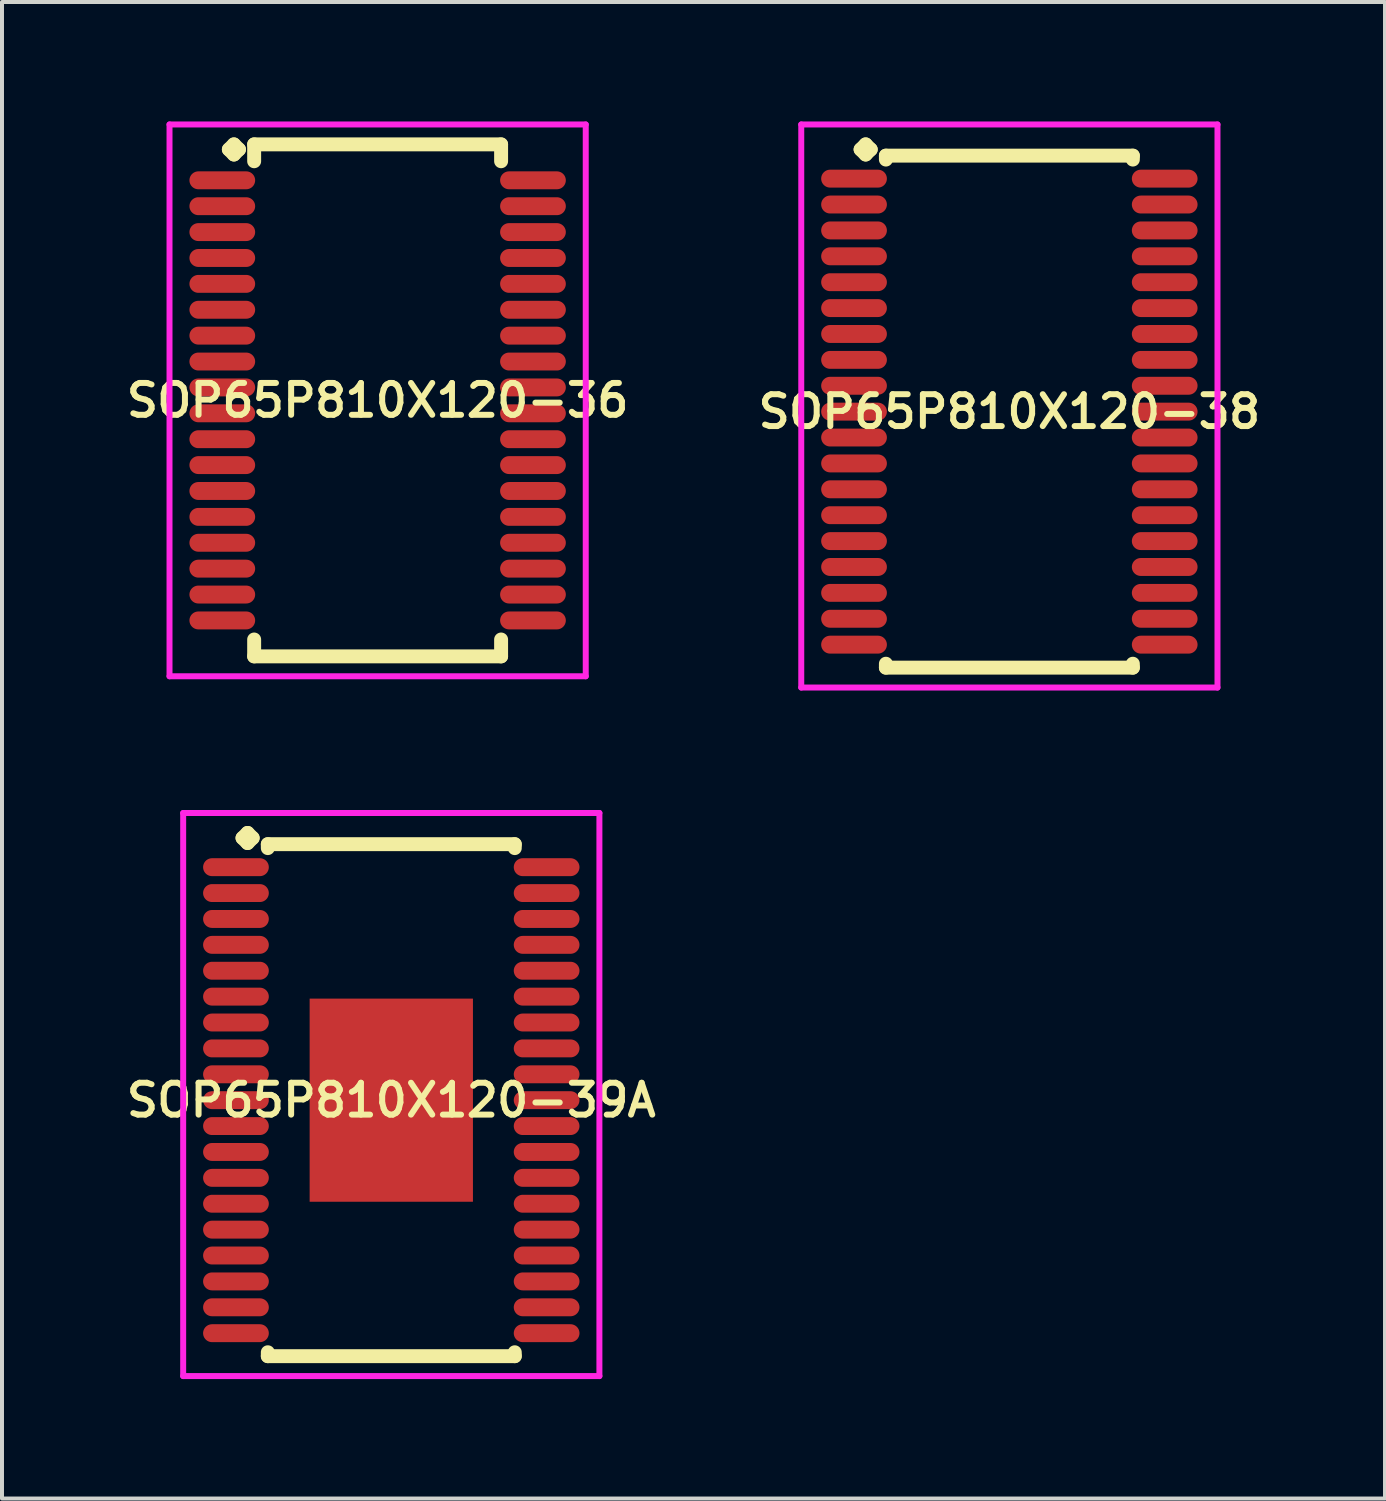
<source format=kicad_pcb>
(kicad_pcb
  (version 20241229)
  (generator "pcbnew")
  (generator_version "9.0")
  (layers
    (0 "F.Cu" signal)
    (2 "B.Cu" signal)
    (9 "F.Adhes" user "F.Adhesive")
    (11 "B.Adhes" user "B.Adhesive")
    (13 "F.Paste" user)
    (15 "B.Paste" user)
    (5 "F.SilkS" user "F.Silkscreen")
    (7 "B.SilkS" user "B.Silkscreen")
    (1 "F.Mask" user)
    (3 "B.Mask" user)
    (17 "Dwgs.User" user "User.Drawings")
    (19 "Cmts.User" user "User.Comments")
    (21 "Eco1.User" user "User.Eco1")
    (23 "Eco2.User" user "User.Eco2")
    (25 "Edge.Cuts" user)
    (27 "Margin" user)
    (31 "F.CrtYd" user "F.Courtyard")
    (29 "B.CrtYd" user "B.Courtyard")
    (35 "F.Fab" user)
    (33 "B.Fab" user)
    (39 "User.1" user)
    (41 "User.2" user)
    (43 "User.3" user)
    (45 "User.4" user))
  (footprint "SOP65P810X120-39A"
    (layer "F.Cu")
    (at 6.774 24.572)
    (property "Reference" "SOP65P810X120-39A" (at 0 0 0) (layer "F.SilkS") (effects (font (size 0.8 0.8) (thickness 0.15))))
    (attr through_hole)
    (fp_line (start -3.735 -6.583) (end -3.608 -6.71) (stroke (width 0.35) (type solid)) (layer "F.SilkS"))
    (fp_line (start -3.608 -6.71) (end -3.481 -6.583) (stroke (width 0.35) (type solid)) (layer "F.SilkS"))
    (fp_line (start -3.608 -6.456) (end -3.735 -6.583) (stroke (width 0.35) (type solid)) (layer "F.SilkS"))
    (fp_line (start -3.481 -6.583) (end -3.608 -6.456) (stroke (width 0.35) (type solid)) (layer "F.SilkS"))
    (fp_line (start -3.1 -6.427) (end 3.1 -6.427) (stroke (width 0.35) (type solid)) (layer "F.SilkS"))
    (fp_line (start -3.1 -6.329) (end -3.1 -6.427) (stroke (width 0.35) (type solid)) (layer "F.SilkS"))
    (fp_line (start -3.1 6.329) (end -3.1 6.427) (stroke (width 0.35) (type solid)) (layer "F.SilkS"))
    (fp_line (start -3.1 6.427) (end 3.1 6.427) (stroke (width 0.35) (type solid)) (layer "F.SilkS"))
    (fp_line (start 3.1 -6.427) (end 3.1 -6.329) (stroke (width 0.35) (type solid)) (layer "F.SilkS"))
    (fp_line (start 3.1 6.427) (end 3.1 6.329) (stroke (width 0.35) (type solid)) (layer "F.SilkS"))
    (fp_line (start -5.225 -7.21) (end 5.225 -7.21) (stroke (width 0.15) (type solid)) (layer "F.CrtYd"))
    (fp_line (start -5.225 6.927) (end -5.225 -7.21) (stroke (width 0.15) (type solid)) (layer "F.CrtYd"))
    (fp_line (start 5.225 -7.21) (end 5.225 6.927) (stroke (width 0.15) (type solid)) (layer "F.CrtYd"))
    (fp_line (start 5.225 6.927) (end -5.225 6.927) (stroke (width 0.15) (type solid)) (layer "F.CrtYd"))
    (pad "1" smd oval (at -3.9 -5.85) (size 1.65 0.45) (layers "F.Cu" "F.Mask" "F.Paste"))
    (pad "2" smd oval (at -3.9 -5.2) (size 1.65 0.45) (layers "F.Cu" "F.Mask" "F.Paste"))
    (pad "3" smd oval (at -3.9 -4.55) (size 1.65 0.45) (layers "F.Cu" "F.Mask" "F.Paste"))
    (pad "4" smd oval (at -3.9 -3.9) (size 1.65 0.45) (layers "F.Cu" "F.Mask" "F.Paste"))
    (pad "5" smd oval (at -3.9 -3.25) (size 1.65 0.45) (layers "F.Cu" "F.Mask" "F.Paste"))
    (pad "6" smd oval (at -3.9 -2.6) (size 1.65 0.45) (layers "F.Cu" "F.Mask" "F.Paste"))
    (pad "7" smd oval (at -3.9 -1.95) (size 1.65 0.45) (layers "F.Cu" "F.Mask" "F.Paste"))
    (pad "8" smd oval (at -3.9 -1.3) (size 1.65 0.45) (layers "F.Cu" "F.Mask" "F.Paste"))
    (pad "9" smd oval (at -3.9 -0.65) (size 1.65 0.45) (layers "F.Cu" "F.Mask" "F.Paste"))
    (pad "10" smd oval (at -3.9 0) (size 1.65 0.45) (layers "F.Cu" "F.Mask" "F.Paste"))
    (pad "11" smd oval (at -3.9 0.65) (size 1.65 0.45) (layers "F.Cu" "F.Mask" "F.Paste"))
    (pad "12" smd oval (at -3.9 1.3) (size 1.65 0.45) (layers "F.Cu" "F.Mask" "F.Paste"))
    (pad "13" smd oval (at -3.9 1.95) (size 1.65 0.45) (layers "F.Cu" "F.Mask" "F.Paste"))
    (pad "14" smd oval (at -3.9 2.6) (size 1.65 0.45) (layers "F.Cu" "F.Mask" "F.Paste"))
    (pad "15" smd oval (at -3.9 3.25) (size 1.65 0.45) (layers "F.Cu" "F.Mask" "F.Paste"))
    (pad "16" smd oval (at -3.9 3.9) (size 1.65 0.45) (layers "F.Cu" "F.Mask" "F.Paste"))
    (pad "17" smd oval (at -3.9 4.55) (size 1.65 0.45) (layers "F.Cu" "F.Mask" "F.Paste"))
    (pad "18" smd oval (at -3.9 5.2) (size 1.65 0.45) (layers "F.Cu" "F.Mask" "F.Paste"))
    (pad "19" smd oval (at -3.9 5.85) (size 1.65 0.45) (layers "F.Cu" "F.Mask" "F.Paste"))
    (pad "20" smd oval (at 3.9 5.85) (size 1.65 0.45) (layers "F.Cu" "F.Mask" "F.Paste"))
    (pad "21" smd oval (at 3.9 5.2) (size 1.65 0.45) (layers "F.Cu" "F.Mask" "F.Paste"))
    (pad "22" smd oval (at 3.9 4.55) (size 1.65 0.45) (layers "F.Cu" "F.Mask" "F.Paste"))
    (pad "23" smd oval (at 3.9 3.9) (size 1.65 0.45) (layers "F.Cu" "F.Mask" "F.Paste"))
    (pad "24" smd oval (at 3.9 3.25) (size 1.65 0.45) (layers "F.Cu" "F.Mask" "F.Paste"))
    (pad "25" smd oval (at 3.9 2.6) (size 1.65 0.45) (layers "F.Cu" "F.Mask" "F.Paste"))
    (pad "26" smd oval (at 3.9 1.95) (size 1.65 0.45) (layers "F.Cu" "F.Mask" "F.Paste"))
    (pad "27" smd oval (at 3.9 1.3) (size 1.65 0.45) (layers "F.Cu" "F.Mask" "F.Paste"))
    (pad "28" smd oval (at 3.9 0.65) (size 1.65 0.45) (layers "F.Cu" "F.Mask" "F.Paste"))
    (pad "29" smd oval (at 3.9 0) (size 1.65 0.45) (layers "F.Cu" "F.Mask" "F.Paste"))
    (pad "30" smd oval (at 3.9 -0.65) (size 1.65 0.45) (layers "F.Cu" "F.Mask" "F.Paste"))
    (pad "31" smd oval (at 3.9 -1.3) (size 1.65 0.45) (layers "F.Cu" "F.Mask" "F.Paste"))
    (pad "32" smd oval (at 3.9 -1.95) (size 1.65 0.45) (layers "F.Cu" "F.Mask" "F.Paste"))
    (pad "33" smd oval (at 3.9 -2.6) (size 1.65 0.45) (layers "F.Cu" "F.Mask" "F.Paste"))
    (pad "34" smd oval (at 3.9 -3.25) (size 1.65 0.45) (layers "F.Cu" "F.Mask" "F.Paste"))
    (pad "35" smd oval (at 3.9 -3.9) (size 1.65 0.45) (layers "F.Cu" "F.Mask" "F.Paste"))
    (pad "36" smd oval (at 3.9 -4.55) (size 1.65 0.45) (layers "F.Cu" "F.Mask" "F.Paste"))
    (pad "37" smd oval (at 3.9 -5.2) (size 1.65 0.45) (layers "F.Cu" "F.Mask" "F.Paste"))
    (pad "38" smd oval (at 3.9 -5.85) (size 1.65 0.45) (layers "F.Cu" "F.Mask" "F.Paste"))
    (pad "39" smd rect (at 0 0) (size 4.1 5.1) (layers "F.Cu" "F.Mask" "F.Paste")))
  (footprint "SOP65P810X120-38"
    (layer "F.Cu")
    (at 22.292 7.285)
    (property "Reference" "SOP65P810X120-38" (at 0 0 0) (layer "F.SilkS") (effects (font (size 0.8 0.8) (thickness 0.15))))
    (attr through_hole)
    (fp_line (start -3.735 -6.583) (end -3.608 -6.71) (stroke (width 0.35) (type solid)) (layer "F.SilkS"))
    (fp_line (start -3.608 -6.71) (end -3.481 -6.583) (stroke (width 0.35) (type solid)) (layer "F.SilkS"))
    (fp_line (start -3.608 -6.456) (end -3.735 -6.583) (stroke (width 0.35) (type solid)) (layer "F.SilkS"))
    (fp_line (start -3.481 -6.583) (end -3.608 -6.456) (stroke (width 0.35) (type solid)) (layer "F.SilkS"))
    (fp_line (start -3.1 -6.427) (end 3.1 -6.427) (stroke (width 0.35) (type solid)) (layer "F.SilkS"))
    (fp_line (start -3.1 -6.329) (end -3.1 -6.427) (stroke (width 0.35) (type solid)) (layer "F.SilkS"))
    (fp_line (start -3.1 6.329) (end -3.1 6.427) (stroke (width 0.35) (type solid)) (layer "F.SilkS"))
    (fp_line (start -3.1 6.427) (end 3.1 6.427) (stroke (width 0.35) (type solid)) (layer "F.SilkS"))
    (fp_line (start 3.1 -6.427) (end 3.1 -6.329) (stroke (width 0.35) (type solid)) (layer "F.SilkS"))
    (fp_line (start 3.1 6.427) (end 3.1 6.329) (stroke (width 0.35) (type solid)) (layer "F.SilkS"))
    (fp_line (start -5.225 -7.21) (end 5.225 -7.21) (stroke (width 0.15) (type solid)) (layer "F.CrtYd"))
    (fp_line (start -5.225 6.927) (end -5.225 -7.21) (stroke (width 0.15) (type solid)) (layer "F.CrtYd"))
    (fp_line (start 5.225 -7.21) (end 5.225 6.927) (stroke (width 0.15) (type solid)) (layer "F.CrtYd"))
    (fp_line (start 5.225 6.927) (end -5.225 6.927) (stroke (width 0.15) (type solid)) (layer "F.CrtYd"))
    (pad "1" smd oval (at -3.9 -5.85) (size 1.65 0.45) (layers "F.Cu" "F.Mask" "F.Paste"))
    (pad "2" smd oval (at -3.9 -5.2) (size 1.65 0.45) (layers "F.Cu" "F.Mask" "F.Paste"))
    (pad "3" smd oval (at -3.9 -4.55) (size 1.65 0.45) (layers "F.Cu" "F.Mask" "F.Paste"))
    (pad "4" smd oval (at -3.9 -3.9) (size 1.65 0.45) (layers "F.Cu" "F.Mask" "F.Paste"))
    (pad "5" smd oval (at -3.9 -3.25) (size 1.65 0.45) (layers "F.Cu" "F.Mask" "F.Paste"))
    (pad "6" smd oval (at -3.9 -2.6) (size 1.65 0.45) (layers "F.Cu" "F.Mask" "F.Paste"))
    (pad "7" smd oval (at -3.9 -1.95) (size 1.65 0.45) (layers "F.Cu" "F.Mask" "F.Paste"))
    (pad "8" smd oval (at -3.9 -1.3) (size 1.65 0.45) (layers "F.Cu" "F.Mask" "F.Paste"))
    (pad "9" smd oval (at -3.9 -0.65) (size 1.65 0.45) (layers "F.Cu" "F.Mask" "F.Paste"))
    (pad "10" smd oval (at -3.9 0) (size 1.65 0.45) (layers "F.Cu" "F.Mask" "F.Paste"))
    (pad "11" smd oval (at -3.9 0.65) (size 1.65 0.45) (layers "F.Cu" "F.Mask" "F.Paste"))
    (pad "12" smd oval (at -3.9 1.3) (size 1.65 0.45) (layers "F.Cu" "F.Mask" "F.Paste"))
    (pad "13" smd oval (at -3.9 1.95) (size 1.65 0.45) (layers "F.Cu" "F.Mask" "F.Paste"))
    (pad "14" smd oval (at -3.9 2.6) (size 1.65 0.45) (layers "F.Cu" "F.Mask" "F.Paste"))
    (pad "15" smd oval (at -3.9 3.25) (size 1.65 0.45) (layers "F.Cu" "F.Mask" "F.Paste"))
    (pad "16" smd oval (at -3.9 3.9) (size 1.65 0.45) (layers "F.Cu" "F.Mask" "F.Paste"))
    (pad "17" smd oval (at -3.9 4.55) (size 1.65 0.45) (layers "F.Cu" "F.Mask" "F.Paste"))
    (pad "18" smd oval (at -3.9 5.2) (size 1.65 0.45) (layers "F.Cu" "F.Mask" "F.Paste"))
    (pad "19" smd oval (at -3.9 5.85) (size 1.65 0.45) (layers "F.Cu" "F.Mask" "F.Paste"))
    (pad "20" smd oval (at 3.9 5.85) (size 1.65 0.45) (layers "F.Cu" "F.Mask" "F.Paste"))
    (pad "21" smd oval (at 3.9 5.2) (size 1.65 0.45) (layers "F.Cu" "F.Mask" "F.Paste"))
    (pad "22" smd oval (at 3.9 4.55) (size 1.65 0.45) (layers "F.Cu" "F.Mask" "F.Paste"))
    (pad "23" smd oval (at 3.9 3.9) (size 1.65 0.45) (layers "F.Cu" "F.Mask" "F.Paste"))
    (pad "24" smd oval (at 3.9 3.25) (size 1.65 0.45) (layers "F.Cu" "F.Mask" "F.Paste"))
    (pad "25" smd oval (at 3.9 2.6) (size 1.65 0.45) (layers "F.Cu" "F.Mask" "F.Paste"))
    (pad "26" smd oval (at 3.9 1.95) (size 1.65 0.45) (layers "F.Cu" "F.Mask" "F.Paste"))
    (pad "27" smd oval (at 3.9 1.3) (size 1.65 0.45) (layers "F.Cu" "F.Mask" "F.Paste"))
    (pad "28" smd oval (at 3.9 0.65) (size 1.65 0.45) (layers "F.Cu" "F.Mask" "F.Paste"))
    (pad "29" smd oval (at 3.9 0) (size 1.65 0.45) (layers "F.Cu" "F.Mask" "F.Paste"))
    (pad "30" smd oval (at 3.9 -0.65) (size 1.65 0.45) (layers "F.Cu" "F.Mask" "F.Paste"))
    (pad "31" smd oval (at 3.9 -1.3) (size 1.65 0.45) (layers "F.Cu" "F.Mask" "F.Paste"))
    (pad "32" smd oval (at 3.9 -1.95) (size 1.65 0.45) (layers "F.Cu" "F.Mask" "F.Paste"))
    (pad "33" smd oval (at 3.9 -2.6) (size 1.65 0.45) (layers "F.Cu" "F.Mask" "F.Paste"))
    (pad "34" smd oval (at 3.9 -3.25) (size 1.65 0.45) (layers "F.Cu" "F.Mask" "F.Paste"))
    (pad "35" smd oval (at 3.9 -3.9) (size 1.65 0.45) (layers "F.Cu" "F.Mask" "F.Paste"))
    (pad "36" smd oval (at 3.9 -4.55) (size 1.65 0.45) (layers "F.Cu" "F.Mask" "F.Paste"))
    (pad "37" smd oval (at 3.9 -5.2) (size 1.65 0.45) (layers "F.Cu" "F.Mask" "F.Paste"))
    (pad "38" smd oval (at 3.9 -5.85) (size 1.65 0.45) (layers "F.Cu" "F.Mask" "F.Paste")))
  (footprint "SOP65P810X120-36"
    (layer "F.Cu")
    (at 6.431 7.002)
    (property "Reference" "SOP65P810X120-36" (at 0 0 0) (layer "F.SilkS") (effects (font (size 0.8 0.8) (thickness 0.15))))
    (attr through_hole)
    (fp_line (start -3.735 -6.3) (end -3.608 -6.427) (stroke (width 0.35) (type solid)) (layer "F.SilkS"))
    (fp_line (start -3.608 -6.427) (end -3.481 -6.3) (stroke (width 0.35) (type solid)) (layer "F.SilkS"))
    (fp_line (start -3.608 -6.173) (end -3.735 -6.3) (stroke (width 0.35) (type solid)) (layer "F.SilkS"))
    (fp_line (start -3.481 -6.3) (end -3.608 -6.173) (stroke (width 0.35) (type solid)) (layer "F.SilkS"))
    (fp_line (start -3.1 -6.427) (end 3.1 -6.427) (stroke (width 0.35) (type solid)) (layer "F.SilkS"))
    (fp_line (start -3.1 -6.004) (end -3.1 -6.427) (stroke (width 0.35) (type solid)) (layer "F.SilkS"))
    (fp_line (start -3.1 6.004) (end -3.1 6.427) (stroke (width 0.35) (type solid)) (layer "F.SilkS"))
    (fp_line (start -3.1 6.427) (end 3.1 6.427) (stroke (width 0.35) (type solid)) (layer "F.SilkS"))
    (fp_line (start 3.1 -6.427) (end 3.1 -6.004) (stroke (width 0.35) (type solid)) (layer "F.SilkS"))
    (fp_line (start 3.1 6.427) (end 3.1 6.004) (stroke (width 0.35) (type solid)) (layer "F.SilkS"))
    (fp_line (start -5.225 -6.927) (end 5.225 -6.927) (stroke (width 0.15) (type solid)) (layer "F.CrtYd"))
    (fp_line (start -5.225 6.927) (end -5.225 -6.927) (stroke (width 0.15) (type solid)) (layer "F.CrtYd"))
    (fp_line (start 5.225 -6.927) (end 5.225 6.927) (stroke (width 0.15) (type solid)) (layer "F.CrtYd"))
    (fp_line (start 5.225 6.927) (end -5.225 6.927) (stroke (width 0.15) (type solid)) (layer "F.CrtYd"))
    (pad "1" smd oval (at -3.9 -5.525) (size 1.65 0.45) (layers "F.Cu" "F.Mask" "F.Paste"))
    (pad "2" smd oval (at -3.9 -4.875) (size 1.65 0.45) (layers "F.Cu" "F.Mask" "F.Paste"))
    (pad "3" smd oval (at -3.9 -4.225) (size 1.65 0.45) (layers "F.Cu" "F.Mask" "F.Paste"))
    (pad "4" smd oval (at -3.9 -3.575) (size 1.65 0.45) (layers "F.Cu" "F.Mask" "F.Paste"))
    (pad "5" smd oval (at -3.9 -2.925) (size 1.65 0.45) (layers "F.Cu" "F.Mask" "F.Paste"))
    (pad "6" smd oval (at -3.9 -2.275) (size 1.65 0.45) (layers "F.Cu" "F.Mask" "F.Paste"))
    (pad "7" smd oval (at -3.9 -1.625) (size 1.65 0.45) (layers "F.Cu" "F.Mask" "F.Paste"))
    (pad "8" smd oval (at -3.9 -0.975) (size 1.65 0.45) (layers "F.Cu" "F.Mask" "F.Paste"))
    (pad "9" smd oval (at -3.9 -0.325) (size 1.65 0.45) (layers "F.Cu" "F.Mask" "F.Paste"))
    (pad "10" smd oval (at -3.9 0.325) (size 1.65 0.45) (layers "F.Cu" "F.Mask" "F.Paste"))
    (pad "11" smd oval (at -3.9 0.975) (size 1.65 0.45) (layers "F.Cu" "F.Mask" "F.Paste"))
    (pad "12" smd oval (at -3.9 1.625) (size 1.65 0.45) (layers "F.Cu" "F.Mask" "F.Paste"))
    (pad "13" smd oval (at -3.9 2.275) (size 1.65 0.45) (layers "F.Cu" "F.Mask" "F.Paste"))
    (pad "14" smd oval (at -3.9 2.925) (size 1.65 0.45) (layers "F.Cu" "F.Mask" "F.Paste"))
    (pad "15" smd oval (at -3.9 3.575) (size 1.65 0.45) (layers "F.Cu" "F.Mask" "F.Paste"))
    (pad "16" smd oval (at -3.9 4.225) (size 1.65 0.45) (layers "F.Cu" "F.Mask" "F.Paste"))
    (pad "17" smd oval (at -3.9 4.875) (size 1.65 0.45) (layers "F.Cu" "F.Mask" "F.Paste"))
    (pad "18" smd oval (at -3.9 5.525) (size 1.65 0.45) (layers "F.Cu" "F.Mask" "F.Paste"))
    (pad "19" smd oval (at 3.9 5.525) (size 1.65 0.45) (layers "F.Cu" "F.Mask" "F.Paste"))
    (pad "20" smd oval (at 3.9 4.875) (size 1.65 0.45) (layers "F.Cu" "F.Mask" "F.Paste"))
    (pad "21" smd oval (at 3.9 4.225) (size 1.65 0.45) (layers "F.Cu" "F.Mask" "F.Paste"))
    (pad "22" smd oval (at 3.9 3.575) (size 1.65 0.45) (layers "F.Cu" "F.Mask" "F.Paste"))
    (pad "23" smd oval (at 3.9 2.925) (size 1.65 0.45) (layers "F.Cu" "F.Mask" "F.Paste"))
    (pad "24" smd oval (at 3.9 2.275) (size 1.65 0.45) (layers "F.Cu" "F.Mask" "F.Paste"))
    (pad "25" smd oval (at 3.9 1.625) (size 1.65 0.45) (layers "F.Cu" "F.Mask" "F.Paste"))
    (pad "26" smd oval (at 3.9 0.975) (size 1.65 0.45) (layers "F.Cu" "F.Mask" "F.Paste"))
    (pad "27" smd oval (at 3.9 0.325) (size 1.65 0.45) (layers "F.Cu" "F.Mask" "F.Paste"))
    (pad "28" smd oval (at 3.9 -0.325) (size 1.65 0.45) (layers "F.Cu" "F.Mask" "F.Paste"))
    (pad "29" smd oval (at 3.9 -0.975) (size 1.65 0.45) (layers "F.Cu" "F.Mask" "F.Paste"))
    (pad "30" smd oval (at 3.9 -1.625) (size 1.65 0.45) (layers "F.Cu" "F.Mask" "F.Paste"))
    (pad "31" smd oval (at 3.9 -2.275) (size 1.65 0.45) (layers "F.Cu" "F.Mask" "F.Paste"))
    (pad "32" smd oval (at 3.9 -2.925) (size 1.65 0.45) (layers "F.Cu" "F.Mask" "F.Paste"))
    (pad "33" smd oval (at 3.9 -3.575) (size 1.65 0.45) (layers "F.Cu" "F.Mask" "F.Paste"))
    (pad "34" smd oval (at 3.9 -4.225) (size 1.65 0.45) (layers "F.Cu" "F.Mask" "F.Paste"))
    (pad "35" smd oval (at 3.9 -4.875) (size 1.65 0.45) (layers "F.Cu" "F.Mask" "F.Paste"))
    (pad "36" smd oval (at 3.9 -5.525) (size 1.65 0.45) (layers "F.Cu" "F.Mask" "F.Paste")))
  (gr_rect
    (start -3 -3)
    (end 31.723 34.574)
    (stroke (width 0.1) (type default))
    (fill no)
    (layer "Edge.Cuts")))
</source>
